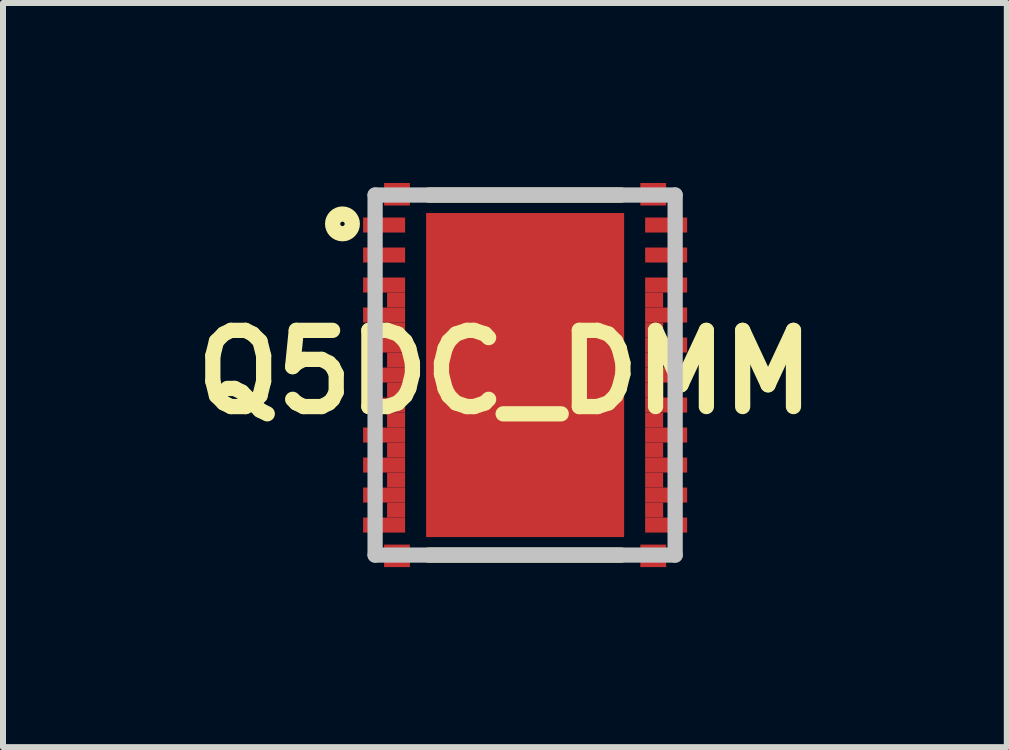
<source format=kicad_pcb>
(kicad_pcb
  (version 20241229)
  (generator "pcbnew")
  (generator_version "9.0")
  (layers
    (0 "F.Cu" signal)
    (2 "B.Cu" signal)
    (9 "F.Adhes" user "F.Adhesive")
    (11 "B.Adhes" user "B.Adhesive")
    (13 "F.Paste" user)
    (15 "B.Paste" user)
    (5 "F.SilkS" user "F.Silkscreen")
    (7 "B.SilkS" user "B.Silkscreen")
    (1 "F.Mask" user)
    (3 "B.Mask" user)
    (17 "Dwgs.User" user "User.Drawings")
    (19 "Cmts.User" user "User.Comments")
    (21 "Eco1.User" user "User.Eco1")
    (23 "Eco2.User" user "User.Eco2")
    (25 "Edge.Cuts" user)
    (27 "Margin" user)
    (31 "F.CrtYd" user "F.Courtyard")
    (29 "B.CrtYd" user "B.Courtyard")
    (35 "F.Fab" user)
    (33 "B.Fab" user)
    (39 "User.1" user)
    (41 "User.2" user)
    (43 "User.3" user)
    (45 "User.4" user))
  (footprint "Q5DC_DMM"
    (layer "F.Cu")
    (at 5.701 3.2)
    (property "Reference" "Q5DC_DMM" (at -0.336 -0.049 0) (layer "F.SilkS") (effects (font (size 1.27 1.27) (thickness 0.254))))
    (attr smd)
    (fp_line (start -1.6 -3) (end 1.6 -3) (stroke (width 0.254) (type solid)) (layer "F.SilkS"))
    (fp_line (start -1.6 3) (end 1.6 3) (stroke (width 0.254) (type solid)) (layer "F.SilkS"))
    (fp_circle (center -3.044 -2.519) (end -3.081 -2.519) (stroke (width 0.254) (type solid)) (fill no) (layer "F.SilkS"))
    (fp_line (start -2.5 -3) (end 2.5 -3) (stroke (width 0.254) (type solid)) (layer "Dwgs.User"))
    (fp_line (start -2.5 3) (end -2.5 -3) (stroke (width 0.254) (type solid)) (layer "Dwgs.User"))
    (fp_line (start 2.5 -3) (end 2.5 3) (stroke (width 0.254) (type solid)) (layer "Dwgs.User"))
    (fp_line (start 2.5 3) (end -2.5 3) (stroke (width 0.254) (type solid)) (layer "Dwgs.User"))
    (pad "1" smd rect (at -2.35 -2.5 90) (size 0.25 0.7) (layers "F.Cu" "F.Mask" "F.Paste"))
    (pad "2" smd rect (at -2.35 -2 90) (size 0.25 0.7) (layers "F.Cu" "F.Mask" "F.Paste"))
    (pad "3" smd rect (at -2.35 -1.5 90) (size 0.25 0.7) (layers "F.Cu" "F.Mask" "F.Paste"))
    (pad "3" smd rect (at -2.15 -1.25 90) (size 0.25 0.3) (layers "F.Cu" "F.Mask" "F.Paste"))
    (pad "3" smd rect (at -2.15 -0.75 90) (size 0.25 0.3) (layers "F.Cu" "F.Mask" "F.Paste"))
    (pad "3" smd rect (at -2.15 -0.25 90) (size 0.25 0.3) (layers "F.Cu" "F.Mask" "F.Paste"))
    (pad "3" smd rect (at -2.15 0.25 90) (size 0.25 0.3) (layers "F.Cu" "F.Mask" "F.Paste"))
    (pad "3" smd rect (at -2.15 0.75 90) (size 0.25 0.3) (layers "F.Cu" "F.Mask" "F.Paste"))
    (pad "3" smd rect (at -2.15 1.25 90) (size 0.25 0.3) (layers "F.Cu" "F.Mask" "F.Paste"))
    (pad "3" smd rect (at -2.15 1.75 90) (size 0.25 0.3) (layers "F.Cu" "F.Mask" "F.Paste"))
    (pad "3" smd rect (at -2.15 2.25 90) (size 0.25 0.3) (layers "F.Cu" "F.Mask" "F.Paste"))
    (pad "4" smd rect (at -2.35 -1 90) (size 0.25 0.7) (layers "F.Cu" "F.Mask" "F.Paste"))
    (pad "5" smd rect (at -2.35 -0.5 90) (size 0.25 0.7) (layers "F.Cu" "F.Mask" "F.Paste"))
    (pad "6" smd rect (at -2.35 0 90) (size 0.25 0.7) (layers "F.Cu" "F.Mask" "F.Paste"))
    (pad "7" smd rect (at -2.35 0.5 90) (size 0.25 0.7) (layers "F.Cu" "F.Mask" "F.Paste"))
    (pad "8" smd rect (at -2.35 1 90) (size 0.25 0.7) (layers "F.Cu" "F.Mask" "F.Paste"))
    (pad "9" smd rect (at -2.35 1.5 90) (size 0.25 0.7) (layers "F.Cu" "F.Mask" "F.Paste"))
    (pad "10" smd rect (at -2.35 2 90) (size 0.25 0.7) (layers "F.Cu" "F.Mask" "F.Paste"))
    (pad "11" smd rect (at -2.35 2.5 90) (size 0.25 0.7) (layers "F.Cu" "F.Mask" "F.Paste"))
    (pad "12" smd rect (at 2.15 -1.25 90) (size 0.25 0.3) (layers "F.Cu" "F.Mask" "F.Paste"))
    (pad "12" smd rect (at 2.15 -0.75 90) (size 0.25 0.3) (layers "F.Cu" "F.Mask" "F.Paste"))
    (pad "12" smd rect (at 2.15 -0.25 90) (size 0.25 0.3) (layers "F.Cu" "F.Mask" "F.Paste"))
    (pad "12" smd rect (at 2.15 0.25 90) (size 0.25 0.3) (layers "F.Cu" "F.Mask" "F.Paste"))
    (pad "12" smd rect (at 2.15 0.75 90) (size 0.25 0.3) (layers "F.Cu" "F.Mask" "F.Paste"))
    (pad "12" smd rect (at 2.15 1.25 90) (size 0.25 0.3) (layers "F.Cu" "F.Mask" "F.Paste"))
    (pad "12" smd rect (at 2.15 1.75 90) (size 0.25 0.3) (layers "F.Cu" "F.Mask" "F.Paste"))
    (pad "12" smd rect (at 2.15 2.25 90) (size 0.25 0.3) (layers "F.Cu" "F.Mask" "F.Paste"))
    (pad "12" smd rect (at 2.35 2.5 90) (size 0.25 0.7) (layers "F.Cu" "F.Mask" "F.Paste"))
    (pad "13" smd rect (at 2.35 2 90) (size 0.25 0.7) (layers "F.Cu" "F.Mask" "F.Paste"))
    (pad "14" smd rect (at 2.35 1.5 90) (size 0.25 0.7) (layers "F.Cu" "F.Mask" "F.Paste"))
    (pad "15" smd rect (at 2.35 1 90) (size 0.25 0.7) (layers "F.Cu" "F.Mask" "F.Paste"))
    (pad "16" smd rect (at 2.35 0.5 90) (size 0.25 0.7) (layers "F.Cu" "F.Mask" "F.Paste"))
    (pad "17" smd rect (at 2.35 0 90) (size 0.25 0.7) (layers "F.Cu" "F.Mask" "F.Paste"))
    (pad "18" smd rect (at 2.35 -0.5 90) (size 0.25 0.7) (layers "F.Cu" "F.Mask" "F.Paste"))
    (pad "19" smd rect (at 2.35 -1 90) (size 0.25 0.7) (layers "F.Cu" "F.Mask" "F.Paste"))
    (pad "20" smd rect (at 2.35 -1.5 90) (size 0.25 0.7) (layers "F.Cu" "F.Mask" "F.Paste"))
    (pad "21" smd rect (at 2.35 -2 90) (size 0.25 0.7) (layers "F.Cu" "F.Mask" "F.Paste"))
    (pad "22" smd rect (at 2.35 -2.5 90) (size 0.25 0.7) (layers "F.Cu" "F.Mask" "F.Paste"))
    (pad "23" smd rect (at -2.135 -3.013 90) (size 0.375 0.43) (layers "F.Cu" "F.Mask" "F.Paste"))
    (pad "24" smd rect (at -2.135 3.013 90) (size 0.375 0.43) (layers "F.Cu" "F.Mask" "F.Paste"))
    (pad "25" smd rect (at 2.135 3.013 90) (size 0.375 0.43) (layers "F.Cu" "F.Mask" "F.Paste"))
    (pad "26" smd rect (at 2.135 -3.013 90) (size 0.375 0.43) (layers "F.Cu" "F.Mask" "F.Paste"))
    (pad "27" smd rect (at 0 0) (size 3.3 5.4) (layers "F.Cu" "F.Mask" "F.Paste")))
  (gr_rect
    (start -3 -3)
    (end 13.728 9.401)
    (stroke (width 0.1) (type default))
    (fill no)
    (layer "Edge.Cuts")))
</source>
